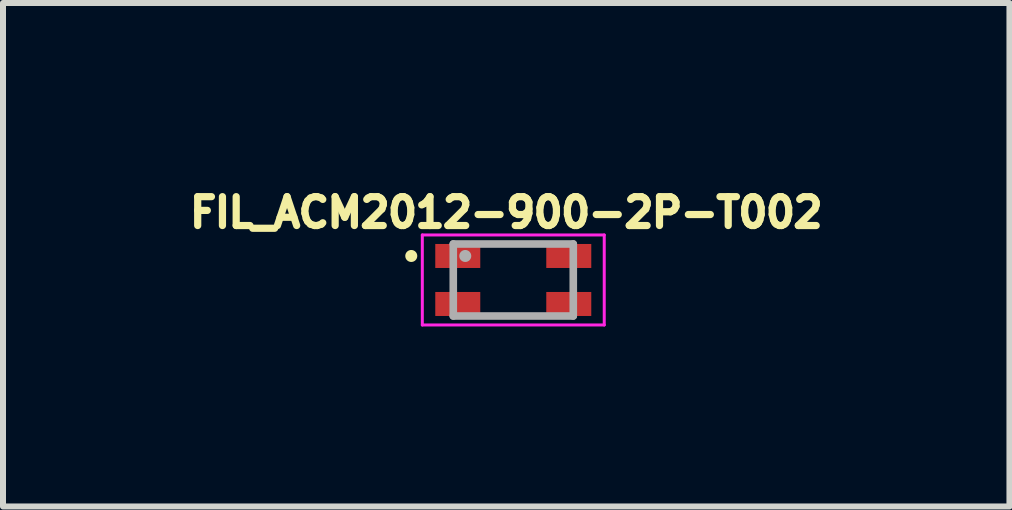
<source format=kicad_pcb>
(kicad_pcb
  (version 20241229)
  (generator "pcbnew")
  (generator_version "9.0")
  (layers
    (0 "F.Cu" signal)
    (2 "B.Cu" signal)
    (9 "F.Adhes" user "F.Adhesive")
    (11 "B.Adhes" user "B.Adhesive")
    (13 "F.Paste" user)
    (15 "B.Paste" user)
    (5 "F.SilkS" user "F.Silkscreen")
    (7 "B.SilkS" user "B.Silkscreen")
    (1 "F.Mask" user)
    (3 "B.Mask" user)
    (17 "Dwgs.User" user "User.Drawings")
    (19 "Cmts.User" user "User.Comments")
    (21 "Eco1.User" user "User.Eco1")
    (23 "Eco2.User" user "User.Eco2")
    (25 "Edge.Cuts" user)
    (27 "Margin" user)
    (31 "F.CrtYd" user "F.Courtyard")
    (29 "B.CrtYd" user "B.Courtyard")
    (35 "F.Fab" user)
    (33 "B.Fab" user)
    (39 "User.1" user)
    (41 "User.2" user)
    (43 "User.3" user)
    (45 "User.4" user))
  (footprint "FIL_ACM2012-900-2P-T002"
    (layer "F.Cu")
    (at 5.504 1.616)
    (property "Reference" "FIL_ACM2012-900-2P-T002" (at -0.117 -1.124 0) (layer "F.SilkS") (effects (font (size 0.481 0.481) (thickness 0.15))))
    (attr smd)
    (fp_circle (center -1.7 -0.4) (end -1.6 -0.4) (stroke (width 0) (type solid)) (fill yes) (layer "F.SilkS"))
    (fp_line (start -1.516 -0.75) (end 1.516 -0.75) (stroke (width 0.05) (type solid)) (layer "F.CrtYd"))
    (fp_line (start -1.516 0.75) (end -1.516 -0.75) (stroke (width 0.05) (type solid)) (layer "F.CrtYd"))
    (fp_line (start 1.516 -0.75) (end 1.516 0.75) (stroke (width 0.05) (type solid)) (layer "F.CrtYd"))
    (fp_line (start 1.516 0.75) (end -1.516 0.75) (stroke (width 0.05) (type solid)) (layer "F.CrtYd"))
    (fp_line (start -1 -0.6) (end 1 -0.6) (stroke (width 0.127) (type solid)) (layer "F.Fab"))
    (fp_line (start -1 0.6) (end -1 -0.6) (stroke (width 0.127) (type solid)) (layer "F.Fab"))
    (fp_line (start 1 -0.6) (end 1 0.6) (stroke (width 0.127) (type solid)) (layer "F.Fab"))
    (fp_line (start 1 0.6) (end -1 0.6) (stroke (width 0.127) (type solid)) (layer "F.Fab"))
    (fp_circle (center -0.8 -0.4) (end -0.7 -0.4) (stroke (width 0) (type solid)) (fill yes) (layer "F.Fab"))
    (pad "1" smd rect (at -0.925 -0.4) (size 0.75 0.4) (layers "F.Cu" "F.Mask" "F.Paste"))
    (pad "2" smd rect (at -0.925 0.4) (size 0.75 0.4) (layers "F.Cu" "F.Mask" "F.Paste"))
    (pad "3" smd rect (at 0.925 0.4) (size 0.75 0.4) (layers "F.Cu" "F.Mask" "F.Paste"))
    (pad "4" smd rect (at 0.925 -0.4) (size 0.75 0.4) (layers "F.Cu" "F.Mask" "F.Paste")))
  (gr_rect
    (start -3 -3)
    (end 13.773 5.391)
    (stroke (width 0.1) (type default))
    (fill no)
    (layer "Edge.Cuts")))
</source>
